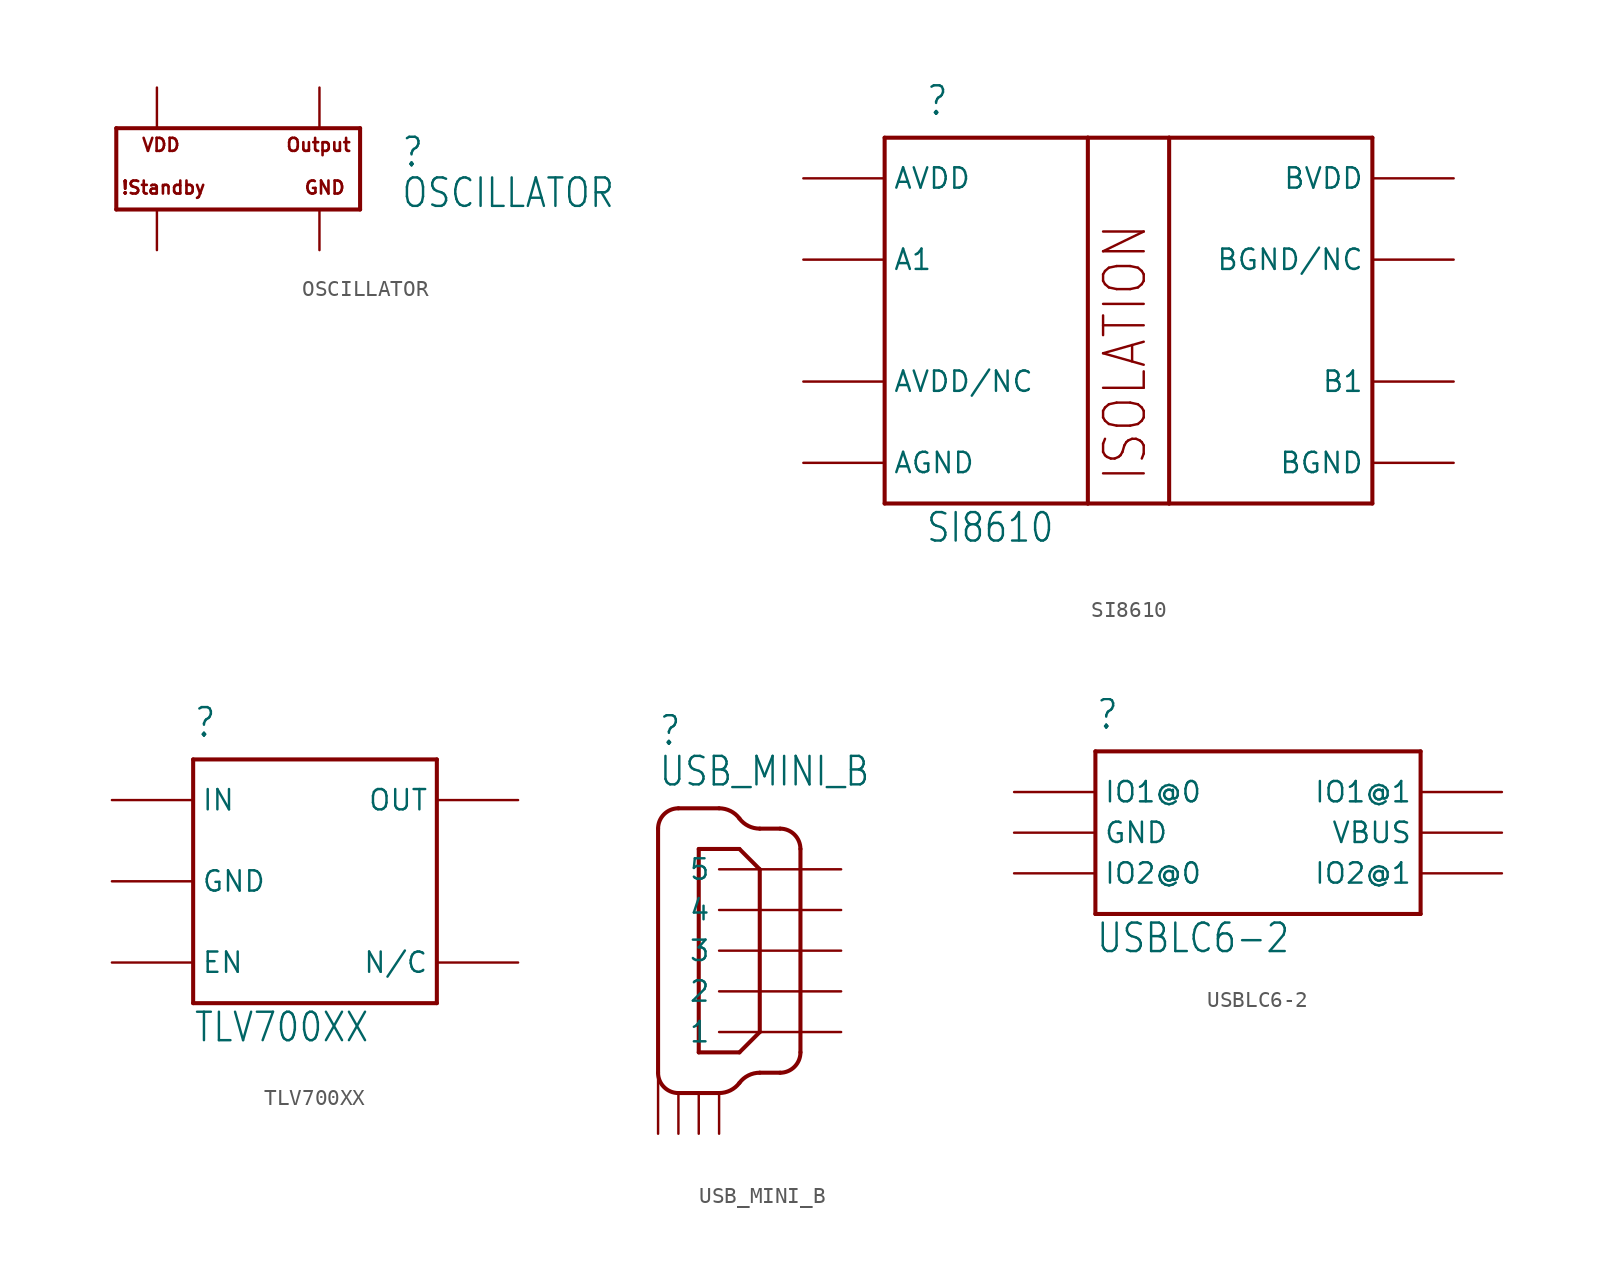
<source format=kicad_sym>
(kicad_symbol_lib
  (version 20211014)
  (generator kicad_symbol_editor)
  (symbol "OSCILLATOR"
    (property "Reference" ""
      (at 10.16 0 0)
      (effects (font (size 1.778 1.511)) (justify left bottom)))
    (property "Value" "OSCILLATOR"
      (at 10.16 -2.54 0)
      (effects (font (size 1.778 1.511)) (justify left bottom)))
    (property "ki_locked" ""
      (at 0 0 0)
      (effects (font (size 1.27 1.27))))
    (symbol "OSCILLATOR_1_0"
      (polyline (pts (xy -7.62 -2.54) (xy -7.62 2.54)) (stroke (width 0.254) (type default) (color 0 0 0 0)) (fill (type none)))
      (polyline (pts (xy -7.62 2.54) (xy 7.62 2.54)) (stroke (width 0.254) (type default) (color 0 0 0 0)) (fill (type none)))
      (polyline (pts (xy 7.62 -2.54) (xy -7.62 -2.54)) (stroke (width 0.254) (type default) (color 0 0 0 0)) (fill (type none)))
      (polyline (pts (xy 7.62 2.54) (xy 7.62 -2.54)) (stroke (width 0.254) (type default) (color 0 0 0 0)) (fill (type none)))
      (text "!Standby" (at -7.366 -1.651 0) (effects (font (size 0.813 0.813) (thickness 0.163) bold) (justify left bottom)))
      (text "GND" (at 4.064 -1.651 0) (effects (font (size 0.813 0.813) (thickness 0.163) bold) (justify left bottom)))
      (text "Output" (at 2.921 1.016 0) (effects (font (size 0.813 0.813) (thickness 0.163) bold) (justify left bottom)))
      (text "VDD" (at -6.096 1.016 0) (effects (font (size 0.813 0.813) (thickness 0.163) bold) (justify left bottom)))
      (pin passive line (at -5.08 -5.08 90) (length 2.54) (name "STANDBY#" (effects (font (size 0 0)))) (number "P$1" (effects (font (size 0 0)))))
      (pin passive line (at 5.08 -5.08 90) (length 2.54) (name "GND" (effects (font (size 0 0)))) (number "P$2" (effects (font (size 0 0)))))
      (pin passive line (at 5.08 5.08 270) (length 2.54) (name "OUTPUT" (effects (font (size 0 0)))) (number "P$3" (effects (font (size 0 0)))))
      (pin passive line (at -5.08 5.08 270) (length 2.54) (name "VDD" (effects (font (size 0 0)))) (number "P$4" (effects (font (size 0 0)))))))
  (symbol "SI8610"
    (property "Reference" ""
      (at -12.7 11.43 0)
      (effects (font (size 1.778 1.511)) (justify left bottom)))
    (property "Value" "SI8610"
      (at -12.7 -15.24 0)
      (effects (font (size 1.778 1.511)) (justify left bottom)))
    (property "ki_locked" ""
      (at 0 0 0)
      (effects (font (size 1.27 1.27))))
    (symbol "SI8610_1_0"
      (polyline (pts (xy -15.24 -12.7) (xy -15.24 10.16)) (stroke (width 0.254) (type default) (color 0 0 0 0)) (fill (type none)))
      (polyline (pts (xy -15.24 10.16) (xy -2.54 10.16)) (stroke (width 0.254) (type default) (color 0 0 0 0)) (fill (type none)))
      (polyline (pts (xy -2.54 -12.7) (xy -15.24 -12.7)) (stroke (width 0.254) (type default) (color 0 0 0 0)) (fill (type none)))
      (polyline (pts (xy -2.54 10.16) (xy -2.54 -12.7)) (stroke (width 0.254) (type default) (color 0 0 0 0)) (fill (type none)))
      (polyline (pts (xy -2.54 10.16) (xy 2.54 10.16)) (stroke (width 0.254) (type default) (color 0 0 0 0)) (fill (type none)))
      (polyline (pts (xy 2.54 -12.7) (xy -2.54 -12.7)) (stroke (width 0.254) (type default) (color 0 0 0 0)) (fill (type none)))
      (polyline (pts (xy 2.54 10.16) (xy 2.54 -12.7)) (stroke (width 0.254) (type default) (color 0 0 0 0)) (fill (type none)))
      (polyline (pts (xy 2.54 10.16) (xy 15.24 10.16)) (stroke (width 0.254) (type default) (color 0 0 0 0)) (fill (type none)))
      (polyline (pts (xy 15.24 -12.7) (xy 2.54 -12.7)) (stroke (width 0.254) (type default) (color 0 0 0 0)) (fill (type none)))
      (polyline (pts (xy 15.24 10.16) (xy 15.24 -12.7)) (stroke (width 0.254) (type default) (color 0 0 0 0)) (fill (type none)))
      (text "ISOLATION" (at 1.27 -11.43 900) (effects (font (size 2.54 2.159)) (justify left bottom)))
      (pin bidirectional line (at -20.32 7.62 0) (length 5.08) (name "AVDD" (effects (font (size 1.27 1.27)))) (number "1" (effects (font (size 0 0)))))
      (pin bidirectional line (at -20.32 2.54 0) (length 5.08) (name "A1" (effects (font (size 1.27 1.27)))) (number "2" (effects (font (size 0 0)))))
      (pin bidirectional line (at -20.32 -5.08 0) (length 5.08) (name "AVDD/NC" (effects (font (size 1.27 1.27)))) (number "3" (effects (font (size 0 0)))))
      (pin bidirectional line (at -20.32 -10.16 0) (length 5.08) (name "AGND" (effects (font (size 1.27 1.27)))) (number "4" (effects (font (size 0 0)))))
      (pin bidirectional line (at 20.32 -10.16 180) (length 5.08) (name "BGND" (effects (font (size 1.27 1.27)))) (number "5" (effects (font (size 0 0)))))
      (pin bidirectional line (at 20.32 -5.08 180) (length 5.08) (name "B1" (effects (font (size 1.27 1.27)))) (number "6" (effects (font (size 0 0)))))
      (pin bidirectional line (at 20.32 2.54 180) (length 5.08) (name "BGND/NC" (effects (font (size 1.27 1.27)))) (number "7" (effects (font (size 0 0)))))
      (pin bidirectional line (at 20.32 7.62 180) (length 5.08) (name "BVDD" (effects (font (size 1.27 1.27)))) (number "8" (effects (font (size 0 0)))))))
  (symbol "TLV700XX"
    (property "Reference" ""
      (at -7.62 8.89 0)
      (effects (font (size 1.778 1.511)) (justify left bottom)))
    (property "Value" "TLV700XX"
      (at -7.62 -10.16 0)
      (effects (font (size 1.778 1.511)) (justify left bottom)))
    (property "ki_locked" ""
      (at 0 0 0)
      (effects (font (size 1.27 1.27))))
    (symbol "TLV700XX_1_0"
      (polyline (pts (xy -7.62 -7.62) (xy 7.62 -7.62)) (stroke (width 0.254) (type default) (color 0 0 0 0)) (fill (type none)))
      (polyline (pts (xy -7.62 7.62) (xy -7.62 -7.62)) (stroke (width 0.254) (type default) (color 0 0 0 0)) (fill (type none)))
      (polyline (pts (xy 7.62 -7.62) (xy 7.62 7.62)) (stroke (width 0.254) (type default) (color 0 0 0 0)) (fill (type none)))
      (polyline (pts (xy 7.62 7.62) (xy -7.62 7.62)) (stroke (width 0.254) (type default) (color 0 0 0 0)) (fill (type none)))
      (pin bidirectional line (at -12.7 5.08 0) (length 5.08) (name "IN" (effects (font (size 1.27 1.27)))) (number "1" (effects (font (size 0 0)))))
      (pin bidirectional line (at -12.7 0 0) (length 5.08) (name "GND" (effects (font (size 1.27 1.27)))) (number "2" (effects (font (size 0 0)))))
      (pin bidirectional line (at -12.7 -5.08 0) (length 5.08) (name "EN" (effects (font (size 1.27 1.27)))) (number "3" (effects (font (size 0 0)))))
      (pin bidirectional line (at 12.7 -5.08 180) (length 5.08) (name "N/C" (effects (font (size 1.27 1.27)))) (number "4" (effects (font (size 0 0)))))
      (pin bidirectional line (at 12.7 5.08 180) (length 5.08) (name "OUT" (effects (font (size 1.27 1.27)))) (number "5" (effects (font (size 0 0)))))))
  (symbol "USB_MINI_B"
    (property "Reference" ""
      (at -3.81 12.7 0)
      (effects (font (size 1.778 1.511)) (justify left bottom)))
    (property "Value" "USB_MINI_B"
      (at -3.81 10.16 0)
      (effects (font (size 1.778 1.511)) (justify left bottom)))
    (property "ki_locked" ""
      (at 0 0 0)
      (effects (font (size 1.27 1.27))))
    (symbol "USB_MINI_B_1_0"
      (arc (start -3.81 -7.62) (mid -3.438 -8.518) (end -2.54 -8.89) (stroke (width 0.254) (type default) (color 0 0 0 0)) (fill (type none)))
      (arc (start -2.54 8.89) (mid -3.438 8.518) (end -3.81 7.62) (stroke (width 0.254) (type default) (color 0 0 0 0)) (fill (type none)))
      (arc (start 0 -8.89) (mid 0.71 -8.7224) (end 1.27 -8.255) (stroke (width 0.254) (type default) (color 0 0 0 0)) (fill (type none)))
      (polyline (pts (xy -3.81 7.62) (xy -3.81 -7.62)) (stroke (width 0.254) (type default) (color 0 0 0 0)) (fill (type none)))
      (polyline (pts (xy -2.54 -8.89) (xy 0 -8.89)) (stroke (width 0.254) (type default) (color 0 0 0 0)) (fill (type none)))
      (polyline (pts (xy -2.54 8.89) (xy 0 8.89)) (stroke (width 0.254) (type default) (color 0 0 0 0)) (fill (type none)))
      (polyline (pts (xy -1.27 -6.35) (xy -1.27 6.35)) (stroke (width 0.254) (type default) (color 0 0 0 0)) (fill (type none)))
      (polyline (pts (xy -1.27 6.35) (xy 1.27 6.35)) (stroke (width 0.254) (type default) (color 0 0 0 0)) (fill (type none)))
      (polyline (pts (xy 1.27 -6.35) (xy -1.27 -6.35)) (stroke (width 0.254) (type default) (color 0 0 0 0)) (fill (type none)))
      (polyline (pts (xy 1.27 6.35) (xy 2.54 5.08)) (stroke (width 0.254) (type default) (color 0 0 0 0)) (fill (type none)))
      (polyline (pts (xy 2.54 -7.62) (xy 3.81 -7.62)) (stroke (width 0.254) (type default) (color 0 0 0 0)) (fill (type none)))
      (polyline (pts (xy 2.54 -5.08) (xy 1.27 -6.35)) (stroke (width 0.254) (type default) (color 0 0 0 0)) (fill (type none)))
      (polyline (pts (xy 2.54 5.08) (xy 2.54 -5.08)) (stroke (width 0.254) (type default) (color 0 0 0 0)) (fill (type none)))
      (polyline (pts (xy 2.54 7.62) (xy 3.81 7.62)) (stroke (width 0.254) (type default) (color 0 0 0 0)) (fill (type none)))
      (polyline (pts (xy 5.08 -6.35) (xy 5.08 6.35)) (stroke (width 0.254) (type default) (color 0 0 0 0)) (fill (type none)))
      (arc (start 1.27 8.255) (mid 0.71 8.7225) (end 0 8.89) (stroke (width 0.254) (type default) (color 0 0 0 0)) (fill (type none)))
      (arc (start 1.27 8.255) (mid 1.83 7.7876) (end 2.54 7.62) (stroke (width 0.254) (type default) (color 0 0 0 0)) (fill (type none)))
      (arc (start 2.54 -7.62) (mid 1.8301 -7.7876) (end 1.27 -8.255) (stroke (width 0.254) (type default) (color 0 0 0 0)) (fill (type none)))
      (arc (start 3.81 -7.62) (mid 4.708 -7.248) (end 5.08 -6.35) (stroke (width 0.254) (type default) (color 0 0 0 0)) (fill (type none)))
      (arc (start 5.08 6.35) (mid 4.708 7.248) (end 3.81 7.62) (stroke (width 0.254) (type default) (color 0 0 0 0)) (fill (type none)))
      (pin bidirectional line (at 7.62 -5.08 180) (length 7.62) (name "1" (effects (font (size 1.27 1.27)))) (number "P$1" (effects (font (size 0 0)))))
      (pin bidirectional line (at 7.62 -2.54 180) (length 7.62) (name "2" (effects (font (size 1.27 1.27)))) (number "P$2" (effects (font (size 0 0)))))
      (pin bidirectional line (at 7.62 0 180) (length 7.62) (name "3" (effects (font (size 1.27 1.27)))) (number "P$3" (effects (font (size 0 0)))))
      (pin bidirectional line (at 7.62 2.54 180) (length 7.62) (name "4" (effects (font (size 1.27 1.27)))) (number "P$4" (effects (font (size 0 0)))))
      (pin bidirectional line (at 7.62 5.08 180) (length 7.62) (name "5" (effects (font (size 1.27 1.27)))) (number "P$5" (effects (font (size 0 0)))))
      (pin bidirectional line (at 0 -11.43 90) (length 2.54) (name "P$1" (effects (font (size 0 0)))) (number "SHIELD_1" (effects (font (size 0 0)))))
      (pin bidirectional line (at -1.27 -11.43 90) (length 2.54) (name "P$2" (effects (font (size 0 0)))) (number "SHIELD_2" (effects (font (size 0 0)))))
      (pin bidirectional line (at -2.54 -11.43 90) (length 2.54) (name "P$3" (effects (font (size 0 0)))) (number "SHIELD_3" (effects (font (size 0 0)))))
      (pin bidirectional line (at -3.81 -11.43 90) (length 5.08) (name "P$4" (effects (font (size 0 0)))) (number "SHIELD_4" (effects (font (size 0 0)))))))
  (symbol "USBLC6-2"
    (property "Reference" ""
      (at -10.16 8.89 0)
      (effects (font (size 1.778 1.511)) (justify left bottom)))
    (property "Value" "USBLC6-2"
      (at -10.16 -5.08 0)
      (effects (font (size 1.778 1.511)) (justify left bottom)))
    (property "ki_locked" ""
      (at 0 0 0)
      (effects (font (size 1.27 1.27))))
    (symbol "USBLC6-2_1_0"
      (polyline (pts (xy -10.16 -2.54) (xy 10.16 -2.54)) (stroke (width 0.254) (type default) (color 0 0 0 0)) (fill (type none)))
      (polyline (pts (xy -10.16 7.62) (xy -10.16 -2.54)) (stroke (width 0.254) (type default) (color 0 0 0 0)) (fill (type none)))
      (polyline (pts (xy 10.16 -2.54) (xy 10.16 7.62)) (stroke (width 0.254) (type default) (color 0 0 0 0)) (fill (type none)))
      (polyline (pts (xy 10.16 7.62) (xy -10.16 7.62)) (stroke (width 0.254) (type default) (color 0 0 0 0)) (fill (type none)))
      (pin bidirectional line (at -15.24 5.08 0) (length 5.08) (name "IO1@0" (effects (font (size 1.27 1.27)))) (number "P$1" (effects (font (size 0 0)))))
      (pin bidirectional line (at -15.24 2.54 0) (length 5.08) (name "GND" (effects (font (size 1.27 1.27)))) (number "P$2" (effects (font (size 0 0)))))
      (pin bidirectional line (at -15.24 0 0) (length 5.08) (name "IO2@0" (effects (font (size 1.27 1.27)))) (number "P$3" (effects (font (size 0 0)))))
      (pin bidirectional line (at 15.24 0 180) (length 5.08) (name "IO2@1" (effects (font (size 1.27 1.27)))) (number "P$4" (effects (font (size 0 0)))))
      (pin bidirectional line (at 15.24 2.54 180) (length 5.08) (name "VBUS" (effects (font (size 1.27 1.27)))) (number "P$5" (effects (font (size 0 0)))))
      (pin bidirectional line (at 15.24 5.08 180) (length 5.08) (name "IO1@1" (effects (font (size 1.27 1.27)))) (number "P$6" (effects (font (size 0 0))))))))
</source>
